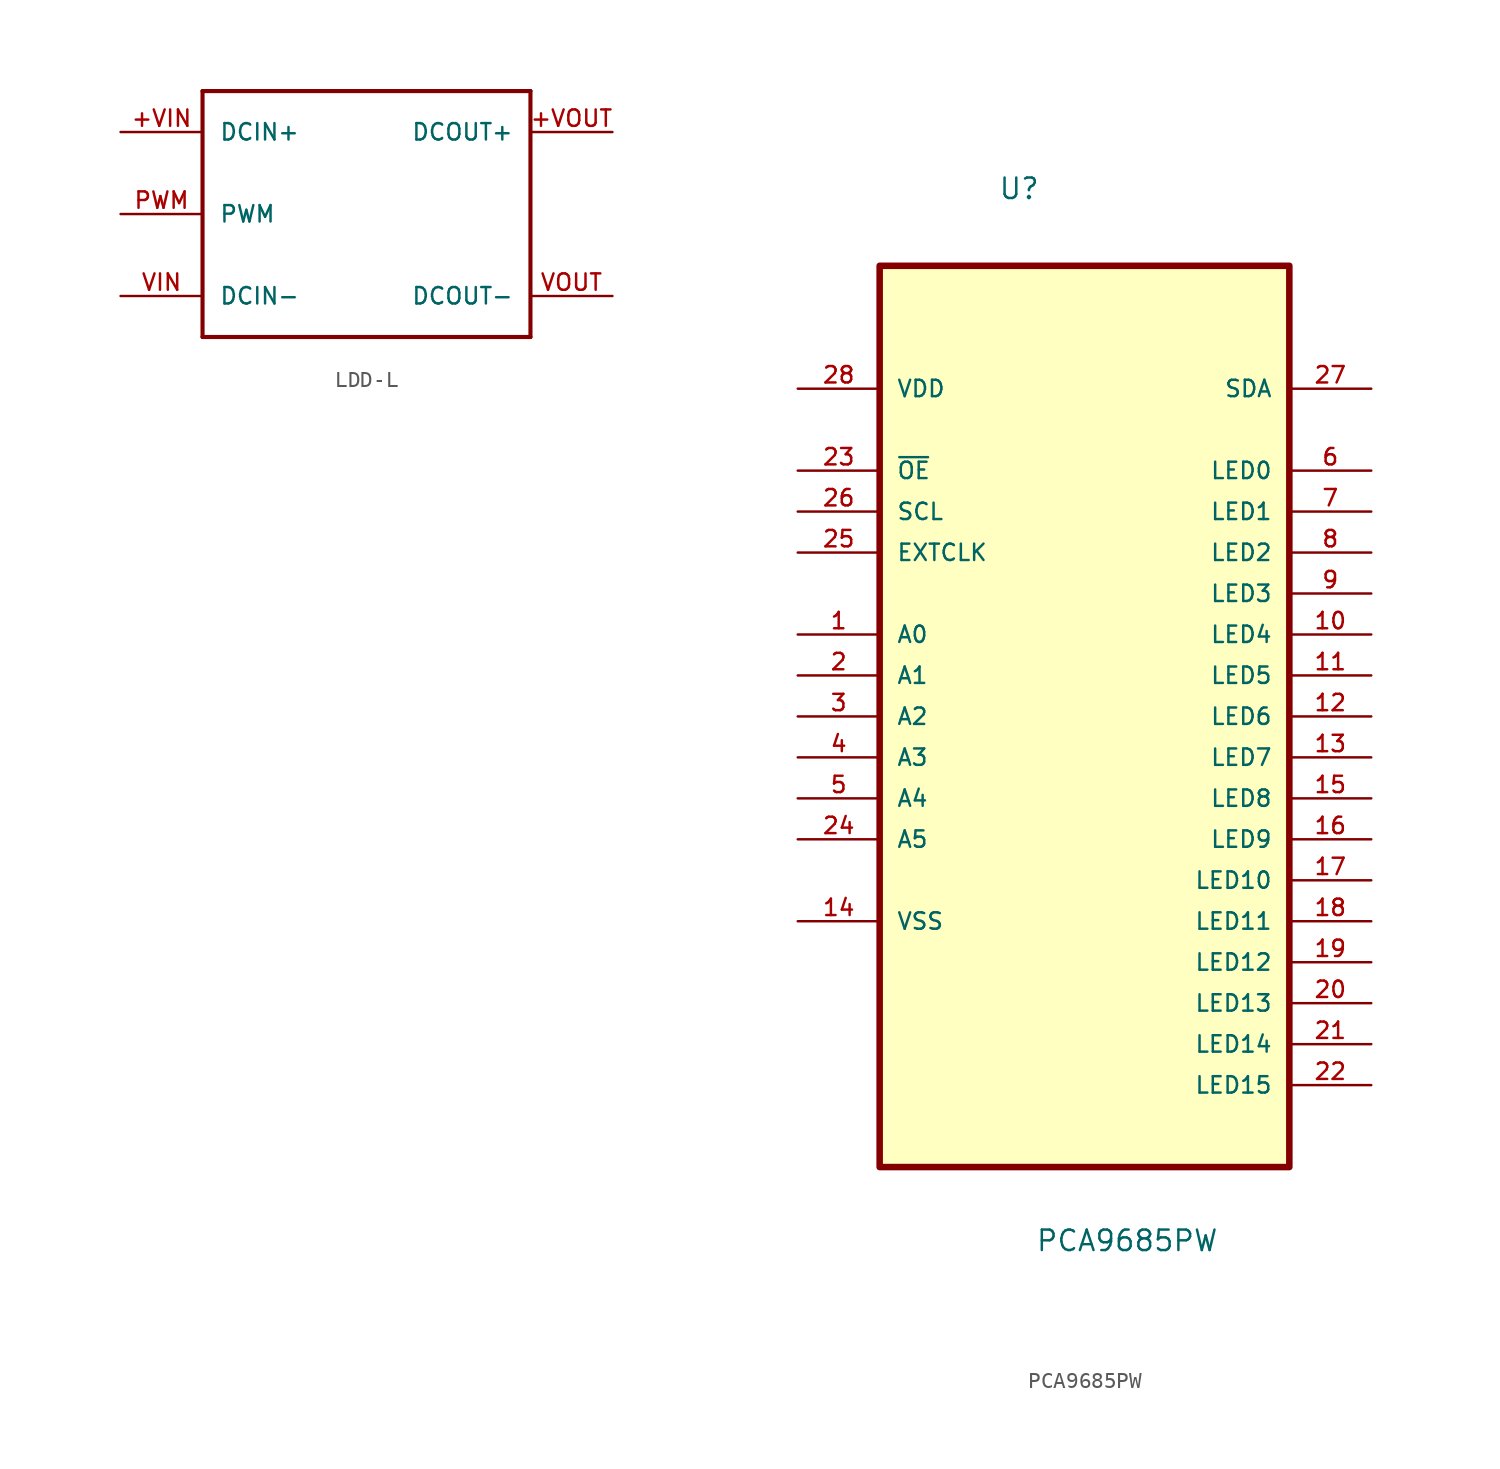
<source format=kicad_sym>
(kicad_symbol_lib
  (version 20201005)
  (generator kicad_symbol_editor)
  (symbol "Library:LDD-L"
    (pin_names
      (offset 1.016))
    (property "Reference" "U"
      (at 0 0 0)
      (effects (font (size 1.27 1.27)) (justify left bottom) hide))
    (property "ki_locked" ""
      (at 0 0 0)
      (effects (font (size 1.27 1.27))))
    (symbol "LDD-L_0_0"
      (polyline (pts (xy -10.16 7.62) (xy -10.16 -7.62)) (stroke (width 0.254)) (fill (type none)))
      (polyline (pts (xy -10.16 -7.62) (xy 10.16 -7.62)) (stroke (width 0.254)) (fill (type none)))
      (polyline (pts (xy 10.16 -7.62) (xy 10.16 7.62)) (stroke (width 0.254)) (fill (type none)))
      (polyline (pts (xy 10.16 7.62) (xy -10.16 7.62)) (stroke (width 0.254)) (fill (type none)))
      (pin input line (at -15.24 5.08 0) (length 5.08) (name "DCIN+" (effects (font (size 1.016 1.016)))) (number "+VIN" (effects (font (size 1.016 1.016)))))
      (pin input line (at -15.24 -5.08 0) (length 5.08) (name "DCIN-" (effects (font (size 1.016 1.016)))) (number "VIN" (effects (font (size 1.016 1.016)))))
      (pin bidirectional line (at -15.24 0 0) (length 5.08) (name "PWM" (effects (font (size 1.016 1.016)))) (number "PWM" (effects (font (size 1.016 1.016)))))
      (pin output line (at 15.24 5.08 180) (length 5.08) (name "DCOUT+" (effects (font (size 1.016 1.016)))) (number "+VOUT" (effects (font (size 1.016 1.016)))))
      (pin output line (at 15.24 -5.08 180) (length 5.08) (name "DCOUT-" (effects (font (size 1.016 1.016)))) (number "VOUT" (effects (font (size 1.016 1.016)))))))
  (symbol "Library:PCA9685PW"
    (pin_names
      (offset 1.016))
    (property "Reference" "U"
      (at -5.359 29.439 0)
      (effects (font (size 1.27 1.27)) (justify left bottom)))
    (property "Value" "PCA9685PW"
      (at -3.048 -35.789 0)
      (effects (font (size 1.27 1.27)) (justify left bottom)))
    (property "ki_locked" ""
      (at 0 0 0)
      (effects (font (size 1.27 1.27))))
    (symbol "PCA9685PW_0_0"
      (rectangle (start -12.7 -30.48) (end 12.7 25.4) (stroke (width 0.406)) (fill (type background)))
      (pin power_in line (at -17.78 17.78 0) (length 5.08) (name "VDD" (effects (font (size 1.016 1.016)))) (number "28" (effects (font (size 1.016 1.016)))))
      (pin input line (at -17.78 12.7 0) (length 5.08) (name "~OE" (effects (font (size 1.016 1.016)))) (number "23" (effects (font (size 1.016 1.016)))))
      (pin input line (at -17.78 10.16 0) (length 5.08) (name "SCL" (effects (font (size 1.016 1.016)))) (number "26" (effects (font (size 1.016 1.016)))))
      (pin input line (at -17.78 7.62 0) (length 5.08) (name "EXTCLK" (effects (font (size 1.016 1.016)))) (number "25" (effects (font (size 1.016 1.016)))))
      (pin input line (at -17.78 2.54 0) (length 5.08) (name "A0" (effects (font (size 1.016 1.016)))) (number "1" (effects (font (size 1.016 1.016)))))
      (pin input line (at -17.78 0 0) (length 5.08) (name "A1" (effects (font (size 1.016 1.016)))) (number "2" (effects (font (size 1.016 1.016)))))
      (pin input line (at -17.78 -2.54 0) (length 5.08) (name "A2" (effects (font (size 1.016 1.016)))) (number "3" (effects (font (size 1.016 1.016)))))
      (pin input line (at -17.78 -5.08 0) (length 5.08) (name "A3" (effects (font (size 1.016 1.016)))) (number "4" (effects (font (size 1.016 1.016)))))
      (pin input line (at -17.78 -7.62 0) (length 5.08) (name "A4" (effects (font (size 1.016 1.016)))) (number "5" (effects (font (size 1.016 1.016)))))
      (pin input line (at -17.78 -10.16 0) (length 5.08) (name "A5" (effects (font (size 1.016 1.016)))) (number "24" (effects (font (size 1.016 1.016)))))
      (pin passive line (at -17.78 -15.24 0) (length 5.08) (name "VSS" (effects (font (size 1.016 1.016)))) (number "14" (effects (font (size 1.016 1.016)))))
      (pin bidirectional line (at 17.78 17.78 180) (length 5.08) (name "SDA" (effects (font (size 1.016 1.016)))) (number "27" (effects (font (size 1.016 1.016)))))
      (pin output line (at 17.78 12.7 180) (length 5.08) (name "LED0" (effects (font (size 1.016 1.016)))) (number "6" (effects (font (size 1.016 1.016)))))
      (pin output line (at 17.78 10.16 180) (length 5.08) (name "LED1" (effects (font (size 1.016 1.016)))) (number "7" (effects (font (size 1.016 1.016)))))
      (pin output line (at 17.78 7.62 180) (length 5.08) (name "LED2" (effects (font (size 1.016 1.016)))) (number "8" (effects (font (size 1.016 1.016)))))
      (pin output line (at 17.78 5.08 180) (length 5.08) (name "LED3" (effects (font (size 1.016 1.016)))) (number "9" (effects (font (size 1.016 1.016)))))
      (pin output line (at 17.78 2.54 180) (length 5.08) (name "LED4" (effects (font (size 1.016 1.016)))) (number "10" (effects (font (size 1.016 1.016)))))
      (pin output line (at 17.78 0 180) (length 5.08) (name "LED5" (effects (font (size 1.016 1.016)))) (number "11" (effects (font (size 1.016 1.016)))))
      (pin output line (at 17.78 -2.54 180) (length 5.08) (name "LED6" (effects (font (size 1.016 1.016)))) (number "12" (effects (font (size 1.016 1.016)))))
      (pin output line (at 17.78 -5.08 180) (length 5.08) (name "LED7" (effects (font (size 1.016 1.016)))) (number "13" (effects (font (size 1.016 1.016)))))
      (pin output line (at 17.78 -7.62 180) (length 5.08) (name "LED8" (effects (font (size 1.016 1.016)))) (number "15" (effects (font (size 1.016 1.016)))))
      (pin output line (at 17.78 -10.16 180) (length 5.08) (name "LED9" (effects (font (size 1.016 1.016)))) (number "16" (effects (font (size 1.016 1.016)))))
      (pin output line (at 17.78 -12.7 180) (length 5.08) (name "LED10" (effects (font (size 1.016 1.016)))) (number "17" (effects (font (size 1.016 1.016)))))
      (pin output line (at 17.78 -15.24 180) (length 5.08) (name "LED11" (effects (font (size 1.016 1.016)))) (number "18" (effects (font (size 1.016 1.016)))))
      (pin output line (at 17.78 -17.78 180) (length 5.08) (name "LED12" (effects (font (size 1.016 1.016)))) (number "19" (effects (font (size 1.016 1.016)))))
      (pin output line (at 17.78 -20.32 180) (length 5.08) (name "LED13" (effects (font (size 1.016 1.016)))) (number "20" (effects (font (size 1.016 1.016)))))
      (pin output line (at 17.78 -22.86 180) (length 5.08) (name "LED14" (effects (font (size 1.016 1.016)))) (number "21" (effects (font (size 1.016 1.016)))))
      (pin output line (at 17.78 -25.4 180) (length 5.08) (name "LED15" (effects (font (size 1.016 1.016)))) (number "22" (effects (font (size 1.016 1.016))))))))
</source>
